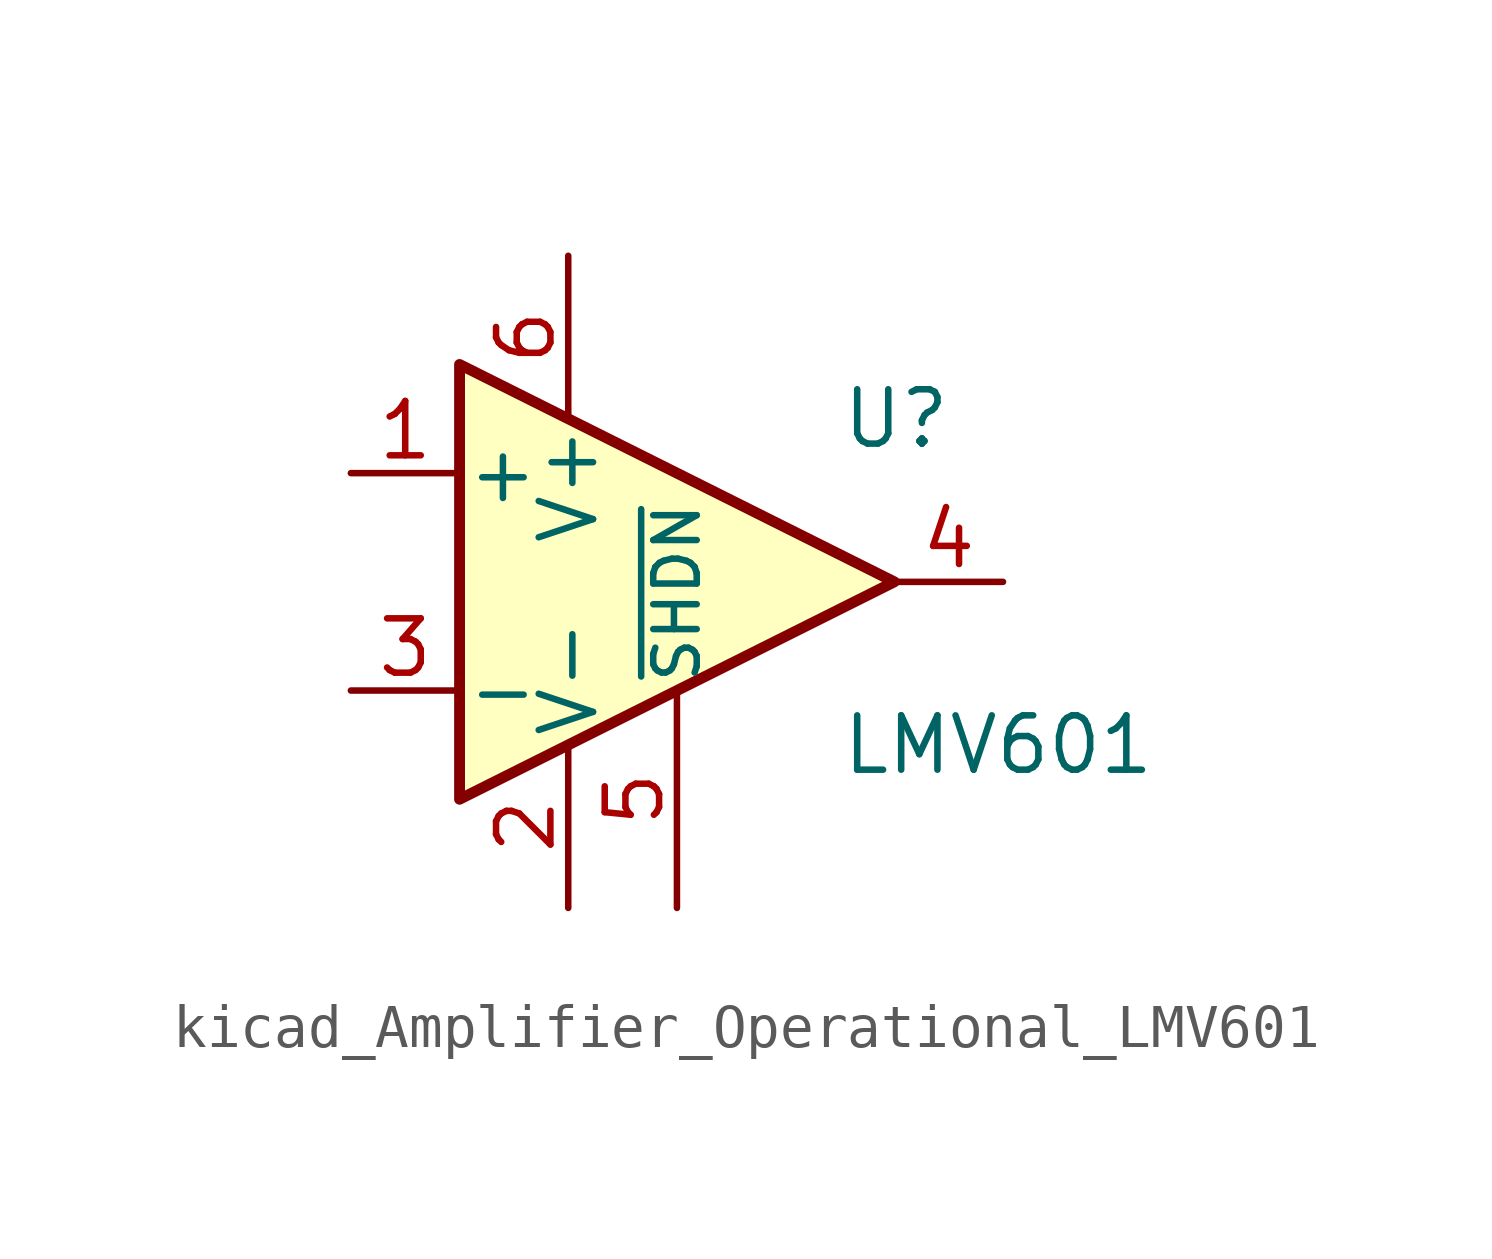
<source format=kicad_sym>
(kicad_symbol_lib
  (version 20220914)
  (generator kicad_symbol_editor)
  (symbol "kicad_Amplifier_Operational_LMV601"
    (pin_names
      (offset 0.127))
    (property "Reference" "U"
      (at 3.81 3.81 0)
      (effects (font (size 1.27 1.27)) (justify left)))
    (property "Value" "LMV601"
      (at 3.81 -3.81 0)
      (effects (font (size 1.27 1.27)) (justify left)))
    (symbol "kicad_Amplifier_Operational_LMV601_0_1"
      (polyline (pts (xy -5.08 5.08) (xy 5.08 0) (xy -5.08 -5.08) (xy -5.08 5.08)) (stroke (width 0.254) (type default)) (fill (type background))))
    (symbol "kicad_Amplifier_Operational_LMV601_1_1"
      (pin input line (at -7.62 2.54 0) (length 2.54) (name "+" (effects (font (size 1.27 1.27)))) (number "1" (effects (font (size 1.27 1.27)))))
      (pin power_in line (at -2.54 -7.62 90) (length 3.81) (name "V-" (effects (font (size 1.27 1.27)))) (number "2" (effects (font (size 1.27 1.27)))))
      (pin input line (at -7.62 -2.54 0) (length 2.54) (name "-" (effects (font (size 1.27 1.27)))) (number "3" (effects (font (size 1.27 1.27)))))
      (pin output line (at 7.62 0 180) (length 2.54) (name "~" (effects (font (size 1.27 1.27)))) (number "4" (effects (font (size 1.27 1.27)))))
      (pin input line (at 0 -7.62 90) (length 5.08) (name "~{SHDN}" (effects (font (size 1.016 1.016)))) (number "5" (effects (font (size 1.27 1.27)))))
      (pin power_in line (at -2.54 7.62 270) (length 3.81) (name "V+" (effects (font (size 1.27 1.27)))) (number "6" (effects (font (size 1.27 1.27))))))))
</source>
